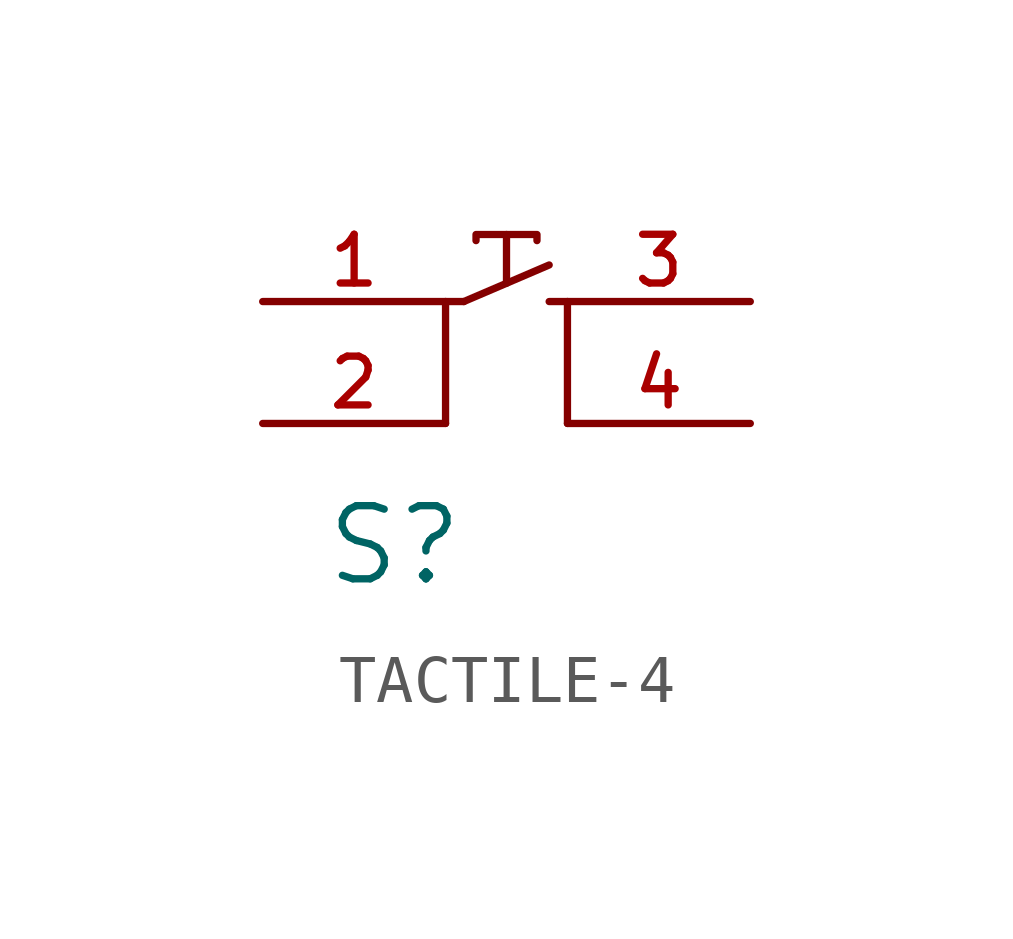
<source format=kicad_sym>
(kicad_symbol_lib
  (version 20211014)
  (generator kicad_symbol_editor)
  (symbol "TACTILE-4"
    (pin_names
      (offset 1.016))
    (property "Reference" "S"
      (at -3.81 -2.54 0)
      (effects (font (size 1.524 1.524)) (justify left)))
    (symbol "TACTILE-4_0_1"
      (polyline (pts (xy -1.27 0) (xy -1.27 2.54)) (stroke (width 0) (type default) (color 0 0 0 0)) (fill (type none)))
      (polyline (pts (xy -1.27 2.54) (xy -0.889 2.54)) (stroke (width 0) (type default) (color 0 0 0 0)) (fill (type none)))
      (polyline (pts (xy -0.889 2.54) (xy 0.889 3.302)) (stroke (width 0) (type default) (color 0 0 0 0)) (fill (type none)))
      (polyline (pts (xy 0 2.921) (xy 0 3.937)) (stroke (width 0) (type default) (color 0 0 0 0)) (fill (type none)))
      (polyline (pts (xy 1.27 2.54) (xy 0.889 2.54)) (stroke (width 0) (type default) (color 0 0 0 0)) (fill (type none)))
      (polyline (pts (xy 1.27 2.54) (xy 1.27 0)) (stroke (width 0) (type default) (color 0 0 0 0)) (fill (type none)))
      (polyline (pts (xy -0.635 3.81) (xy -0.635 3.937) (xy 0.635 3.937) (xy 0.635 3.81)) (stroke (width 0) (type default) (color 0 0 0 0)) (fill (type none))))
    (symbol "TACTILE-4_1_1"
      (pin passive line (at -5.08 2.54 0) (length 3.81) (name "~" (effects (font (size 1.27 1.27)))) (number "1" (effects (font (size 1.016 1.016)))))
      (pin passive line (at -5.08 0 0) (length 3.81) (name "~" (effects (font (size 1.27 1.27)))) (number "2" (effects (font (size 1.016 1.016)))))
      (pin passive line (at 5.08 2.54 180) (length 3.81) (name "~" (effects (font (size 1.27 1.27)))) (number "3" (effects (font (size 1.016 1.016)))))
      (pin passive line (at 5.08 0 180) (length 3.81) (name "~" (effects (font (size 1.27 1.27)))) (number "4" (effects (font (size 1.016 1.016))))))))
</source>
